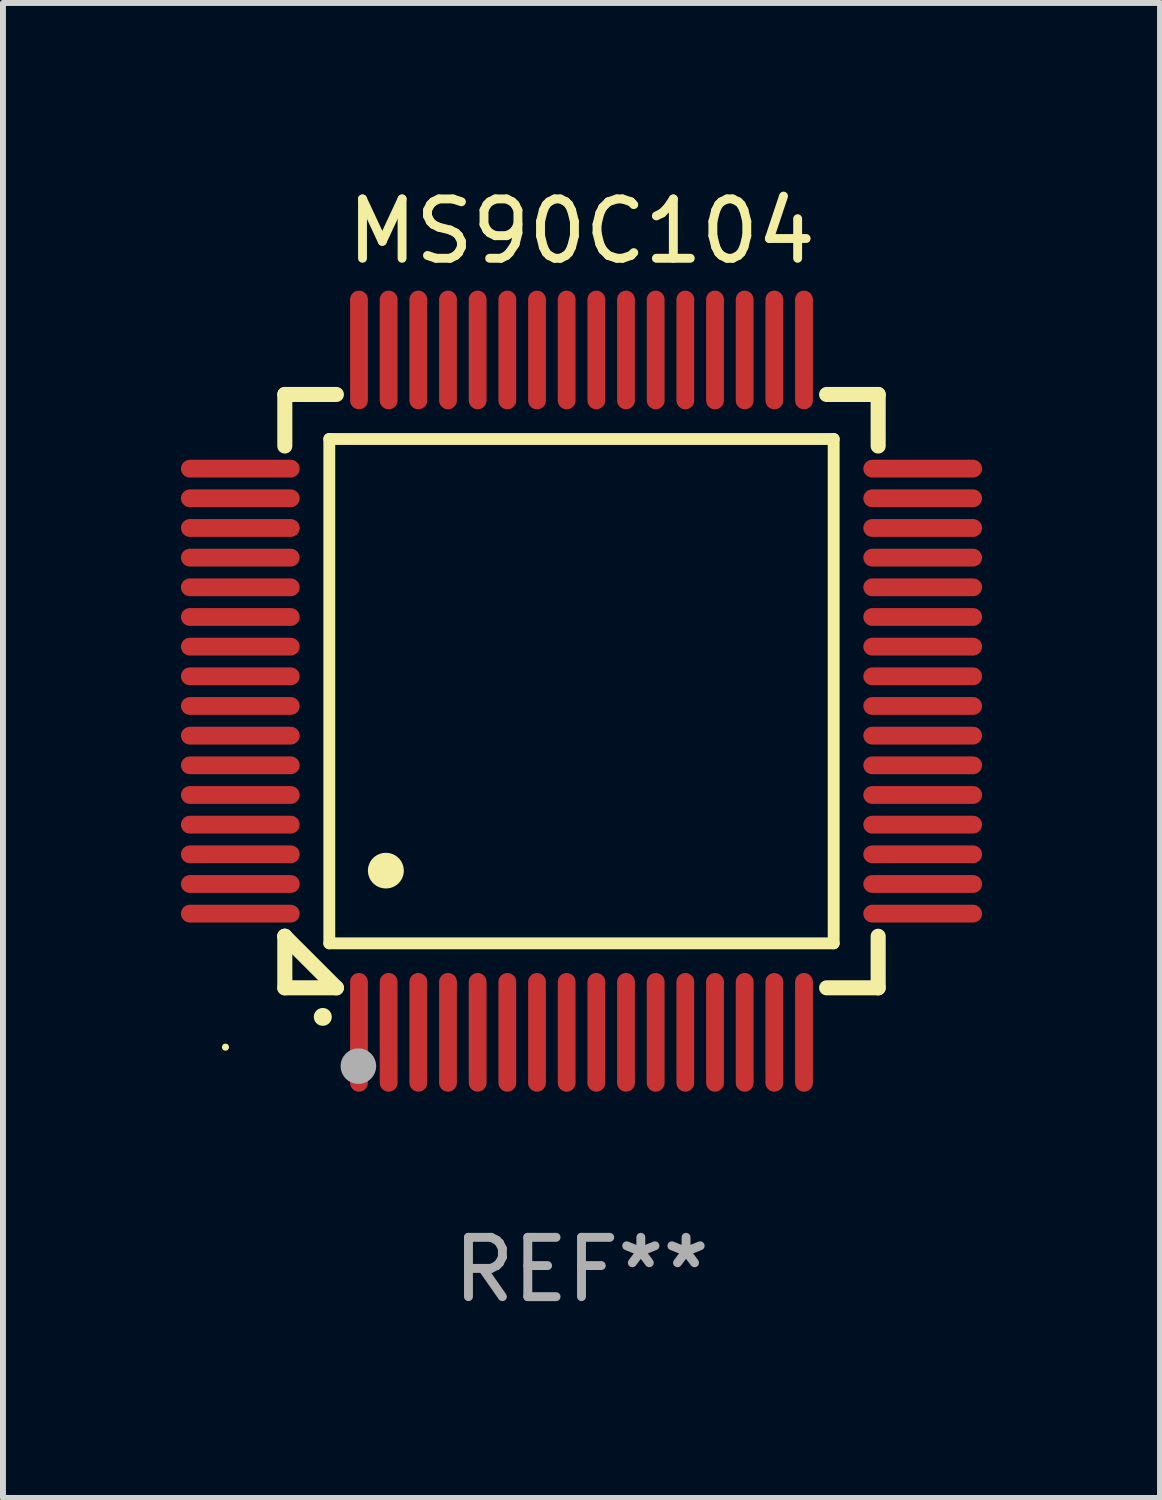
<source format=kicad_pcb>
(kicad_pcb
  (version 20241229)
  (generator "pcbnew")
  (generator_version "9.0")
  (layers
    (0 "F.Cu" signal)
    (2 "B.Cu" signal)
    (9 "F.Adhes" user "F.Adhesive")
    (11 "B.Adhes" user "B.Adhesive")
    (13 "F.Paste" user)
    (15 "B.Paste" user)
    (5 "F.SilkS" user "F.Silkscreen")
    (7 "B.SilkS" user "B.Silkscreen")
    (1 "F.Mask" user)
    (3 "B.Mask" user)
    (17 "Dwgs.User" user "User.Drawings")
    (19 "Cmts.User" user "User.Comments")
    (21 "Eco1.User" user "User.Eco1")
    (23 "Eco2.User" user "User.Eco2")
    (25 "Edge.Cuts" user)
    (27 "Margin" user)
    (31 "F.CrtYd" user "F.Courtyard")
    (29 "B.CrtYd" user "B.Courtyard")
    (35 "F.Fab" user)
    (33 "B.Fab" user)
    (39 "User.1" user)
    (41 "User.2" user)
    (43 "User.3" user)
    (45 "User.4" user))
  (footprint "MS90C104"
    (layer "F.Cu")
    (at 6.75 8.598)
    (property "Reference" "MS90C104" (at 0 -7.75 0) (layer "F.SilkS") (effects (font (size 1 1) (thickness 0.15))))
    (attr through_hole)
    (fp_line (start -5 -5) (end -4.131 -5) (stroke (width 0.254) (type solid)) (layer "F.SilkS"))
    (fp_line (start -5 -4.131) (end -5 -5) (stroke (width 0.254) (type solid)) (layer "F.SilkS"))
    (fp_line (start -5 4.131) (end -5 4.131) (stroke (width 0.254) (type solid)) (layer "F.SilkS"))
    (fp_line (start -5 5) (end -5 4.131) (stroke (width 0.254) (type solid)) (layer "F.SilkS"))
    (fp_line (start -5 4.131) (end -4.131 5) (stroke (width 0.254) (type solid)) (layer "F.SilkS"))
    (fp_line (start -4.25 -4.25) (end -4.25 4.25) (stroke (width 0.2) (type solid)) (layer "F.SilkS"))
    (fp_line (start -4.25 4.25) (end 4.25 4.25) (stroke (width 0.2) (type solid)) (layer "F.SilkS"))
    (fp_line (start -4.131 5) (end -5 5) (stroke (width 0.254) (type solid)) (layer "F.SilkS"))
    (fp_line (start 4.25 -4.25) (end -4.25 -4.25) (stroke (width 0.2) (type solid)) (layer "F.SilkS"))
    (fp_line (start 4.25 4.25) (end 4.25 -4.25) (stroke (width 0.2) (type solid)) (layer "F.SilkS"))
    (fp_line (start 5 -5) (end 4.131 -5) (stroke (width 0.254) (type solid)) (layer "F.SilkS"))
    (fp_line (start 5 -5) (end 5 -4.131) (stroke (width 0.254) (type solid)) (layer "F.SilkS"))
    (fp_line (start 5 4.131) (end 5 5) (stroke (width 0.254) (type solid)) (layer "F.SilkS"))
    (fp_line (start 5 5) (end 4.131 5) (stroke (width 0.254) (type solid)) (layer "F.SilkS"))
    (fp_arc (start -4.361265 5.489992) (mid -4.359995 5.489987) (end -4.358725 5.489992) (stroke (width 0.3) (type solid)) (layer "F.SilkS"))
    (fp_arc (start -3.299467 3.025146) (mid -3.296927 3.025135) (end -3.294387 3.025146) (stroke (width 0.6) (type solid)) (layer "F.SilkS"))
    (fp_circle (center -6 6) (end -5.97 6) (stroke (width 0.06) (type solid)) (fill no) (layer "F.SilkS"))
    (fp_circle (center -3.76 6.32) (end -3.61 6.32) (stroke (width 0.3) (type solid)) (fill no) (layer "F.Fab"))
    (fp_text user "REF**" (at 0 9.75 0) (layer "F.Fab") (effects (font (size 1 1) (thickness 0.15))))
    (pad "1" smd oval (at -3.75 5.75) (size 0.3 2) (layers "F.Cu" "F.Mask" "F.Paste"))
    (pad "2" smd oval (at -3.25 5.75) (size 0.3 2) (layers "F.Cu" "F.Mask" "F.Paste"))
    (pad "3" smd oval (at -2.75 5.75) (size 0.3 2) (layers "F.Cu" "F.Mask" "F.Paste"))
    (pad "4" smd oval (at -2.25 5.75) (size 0.3 2) (layers "F.Cu" "F.Mask" "F.Paste"))
    (pad "5" smd oval (at -1.75 5.75) (size 0.3 2) (layers "F.Cu" "F.Mask" "F.Paste"))
    (pad "6" smd oval (at -1.25 5.75) (size 0.3 2) (layers "F.Cu" "F.Mask" "F.Paste"))
    (pad "7" smd oval (at -0.75 5.75) (size 0.3 2) (layers "F.Cu" "F.Mask" "F.Paste"))
    (pad "8" smd oval (at -0.25 5.75) (size 0.3 2) (layers "F.Cu" "F.Mask" "F.Paste"))
    (pad "9" smd oval (at 0.25 5.75) (size 0.3 2) (layers "F.Cu" "F.Mask" "F.Paste"))
    (pad "10" smd oval (at 0.75 5.75) (size 0.3 2) (layers "F.Cu" "F.Mask" "F.Paste"))
    (pad "11" smd oval (at 1.25 5.75) (size 0.3 2) (layers "F.Cu" "F.Mask" "F.Paste"))
    (pad "12" smd oval (at 1.75 5.75) (size 0.3 2) (layers "F.Cu" "F.Mask" "F.Paste"))
    (pad "13" smd oval (at 2.25 5.75) (size 0.3 2) (layers "F.Cu" "F.Mask" "F.Paste"))
    (pad "14" smd oval (at 2.75 5.75) (size 0.3 2) (layers "F.Cu" "F.Mask" "F.Paste"))
    (pad "15" smd oval (at 3.25 5.75) (size 0.3 2) (layers "F.Cu" "F.Mask" "F.Paste"))
    (pad "16" smd oval (at 3.75 5.75) (size 0.3 2) (layers "F.Cu" "F.Mask" "F.Paste"))
    (pad "17" smd oval (at 5.75 3.75) (size 2 0.3) (layers "F.Cu" "F.Mask" "F.Paste"))
    (pad "18" smd oval (at 5.75 3.25) (size 2 0.3) (layers "F.Cu" "F.Mask" "F.Paste"))
    (pad "19" smd oval (at 5.75 2.75) (size 2 0.3) (layers "F.Cu" "F.Mask" "F.Paste"))
    (pad "20" smd oval (at 5.75 2.25) (size 2 0.3) (layers "F.Cu" "F.Mask" "F.Paste"))
    (pad "21" smd oval (at 5.75 1.75) (size 2 0.3) (layers "F.Cu" "F.Mask" "F.Paste"))
    (pad "22" smd oval (at 5.75 1.25) (size 2 0.3) (layers "F.Cu" "F.Mask" "F.Paste"))
    (pad "23" smd oval (at 5.75 0.75) (size 2 0.3) (layers "F.Cu" "F.Mask" "F.Paste"))
    (pad "24" smd oval (at 5.75 0.25) (size 2 0.3) (layers "F.Cu" "F.Mask" "F.Paste"))
    (pad "25" smd oval (at 5.75 -0.25) (size 2 0.3) (layers "F.Cu" "F.Mask" "F.Paste"))
    (pad "26" smd oval (at 5.75 -0.75) (size 2 0.3) (layers "F.Cu" "F.Mask" "F.Paste"))
    (pad "27" smd oval (at 5.75 -1.25) (size 2 0.3) (layers "F.Cu" "F.Mask" "F.Paste"))
    (pad "28" smd oval (at 5.75 -1.75) (size 2 0.3) (layers "F.Cu" "F.Mask" "F.Paste"))
    (pad "29" smd oval (at 5.75 -2.25) (size 2 0.3) (layers "F.Cu" "F.Mask" "F.Paste"))
    (pad "30" smd oval (at 5.75 -2.75) (size 2 0.3) (layers "F.Cu" "F.Mask" "F.Paste"))
    (pad "31" smd oval (at 5.75 -3.25) (size 2 0.3) (layers "F.Cu" "F.Mask" "F.Paste"))
    (pad "32" smd oval (at 5.75 -3.75) (size 2 0.3) (layers "F.Cu" "F.Mask" "F.Paste"))
    (pad "33" smd oval (at 3.75 -5.75) (size 0.3 2) (layers "F.Cu" "F.Mask" "F.Paste"))
    (pad "34" smd oval (at 3.25 -5.75) (size 0.3 2) (layers "F.Cu" "F.Mask" "F.Paste"))
    (pad "35" smd oval (at 2.75 -5.75) (size 0.3 2) (layers "F.Cu" "F.Mask" "F.Paste"))
    (pad "36" smd oval (at 2.25 -5.75) (size 0.3 2) (layers "F.Cu" "F.Mask" "F.Paste"))
    (pad "37" smd oval (at 1.75 -5.75) (size 0.3 2) (layers "F.Cu" "F.Mask" "F.Paste"))
    (pad "38" smd oval (at 1.25 -5.75) (size 0.3 2) (layers "F.Cu" "F.Mask" "F.Paste"))
    (pad "39" smd oval (at 0.75 -5.75) (size 0.3 2) (layers "F.Cu" "F.Mask" "F.Paste"))
    (pad "40" smd oval (at 0.25 -5.75) (size 0.3 2) (layers "F.Cu" "F.Mask" "F.Paste"))
    (pad "41" smd oval (at -0.25 -5.75) (size 0.3 2) (layers "F.Cu" "F.Mask" "F.Paste"))
    (pad "42" smd oval (at -0.75 -5.75) (size 0.3 2) (layers "F.Cu" "F.Mask" "F.Paste"))
    (pad "43" smd oval (at -1.25 -5.75) (size 0.3 2) (layers "F.Cu" "F.Mask" "F.Paste"))
    (pad "44" smd oval (at -1.75 -5.75) (size 0.3 2) (layers "F.Cu" "F.Mask" "F.Paste"))
    (pad "45" smd oval (at -2.25 -5.75) (size 0.3 2) (layers "F.Cu" "F.Mask" "F.Paste"))
    (pad "46" smd oval (at -2.75 -5.75) (size 0.3 2) (layers "F.Cu" "F.Mask" "F.Paste"))
    (pad "47" smd oval (at -3.25 -5.75) (size 0.3 2) (layers "F.Cu" "F.Mask" "F.Paste"))
    (pad "48" smd oval (at -3.75 -5.75) (size 0.3 2) (layers "F.Cu" "F.Mask" "F.Paste"))
    (pad "49" smd oval (at -5.75 -3.75) (size 2 0.3) (layers "F.Cu" "F.Mask" "F.Paste"))
    (pad "50" smd oval (at -5.75 -3.25) (size 2 0.3) (layers "F.Cu" "F.Mask" "F.Paste"))
    (pad "51" smd oval (at -5.75 -2.75) (size 2 0.3) (layers "F.Cu" "F.Mask" "F.Paste"))
    (pad "52" smd oval (at -5.75 -2.25) (size 2 0.3) (layers "F.Cu" "F.Mask" "F.Paste"))
    (pad "53" smd oval (at -5.75 -1.75) (size 2 0.3) (layers "F.Cu" "F.Mask" "F.Paste"))
    (pad "54" smd oval (at -5.75 -1.25) (size 2 0.3) (layers "F.Cu" "F.Mask" "F.Paste"))
    (pad "55" smd oval (at -5.75 -0.75) (size 2 0.3) (layers "F.Cu" "F.Mask" "F.Paste"))
    (pad "56" smd oval (at -5.75 -0.25) (size 2 0.3) (layers "F.Cu" "F.Mask" "F.Paste"))
    (pad "57" smd oval (at -5.75 0.25) (size 2 0.3) (layers "F.Cu" "F.Mask" "F.Paste"))
    (pad "58" smd oval (at -5.75 0.75) (size 2 0.3) (layers "F.Cu" "F.Mask" "F.Paste"))
    (pad "59" smd oval (at -5.75 1.25) (size 2 0.3) (layers "F.Cu" "F.Mask" "F.Paste"))
    (pad "60" smd oval (at -5.75 1.75) (size 2 0.3) (layers "F.Cu" "F.Mask" "F.Paste"))
    (pad "61" smd oval (at -5.75 2.25) (size 2 0.3) (layers "F.Cu" "F.Mask" "F.Paste"))
    (pad "62" smd oval (at -5.75 2.75) (size 2 0.3) (layers "F.Cu" "F.Mask" "F.Paste"))
    (pad "63" smd oval (at -5.75 3.25) (size 2 0.3) (layers "F.Cu" "F.Mask" "F.Paste"))
    (pad "64" smd oval (at -5.75 3.75) (size 2 0.3) (layers "F.Cu" "F.Mask" "F.Paste")))
  (gr_rect
    (start -3 -3)
    (end 16.5 22.196)
    (stroke (width 0.1) (type default))
    (fill no)
    (layer "Edge.Cuts")))
</source>
